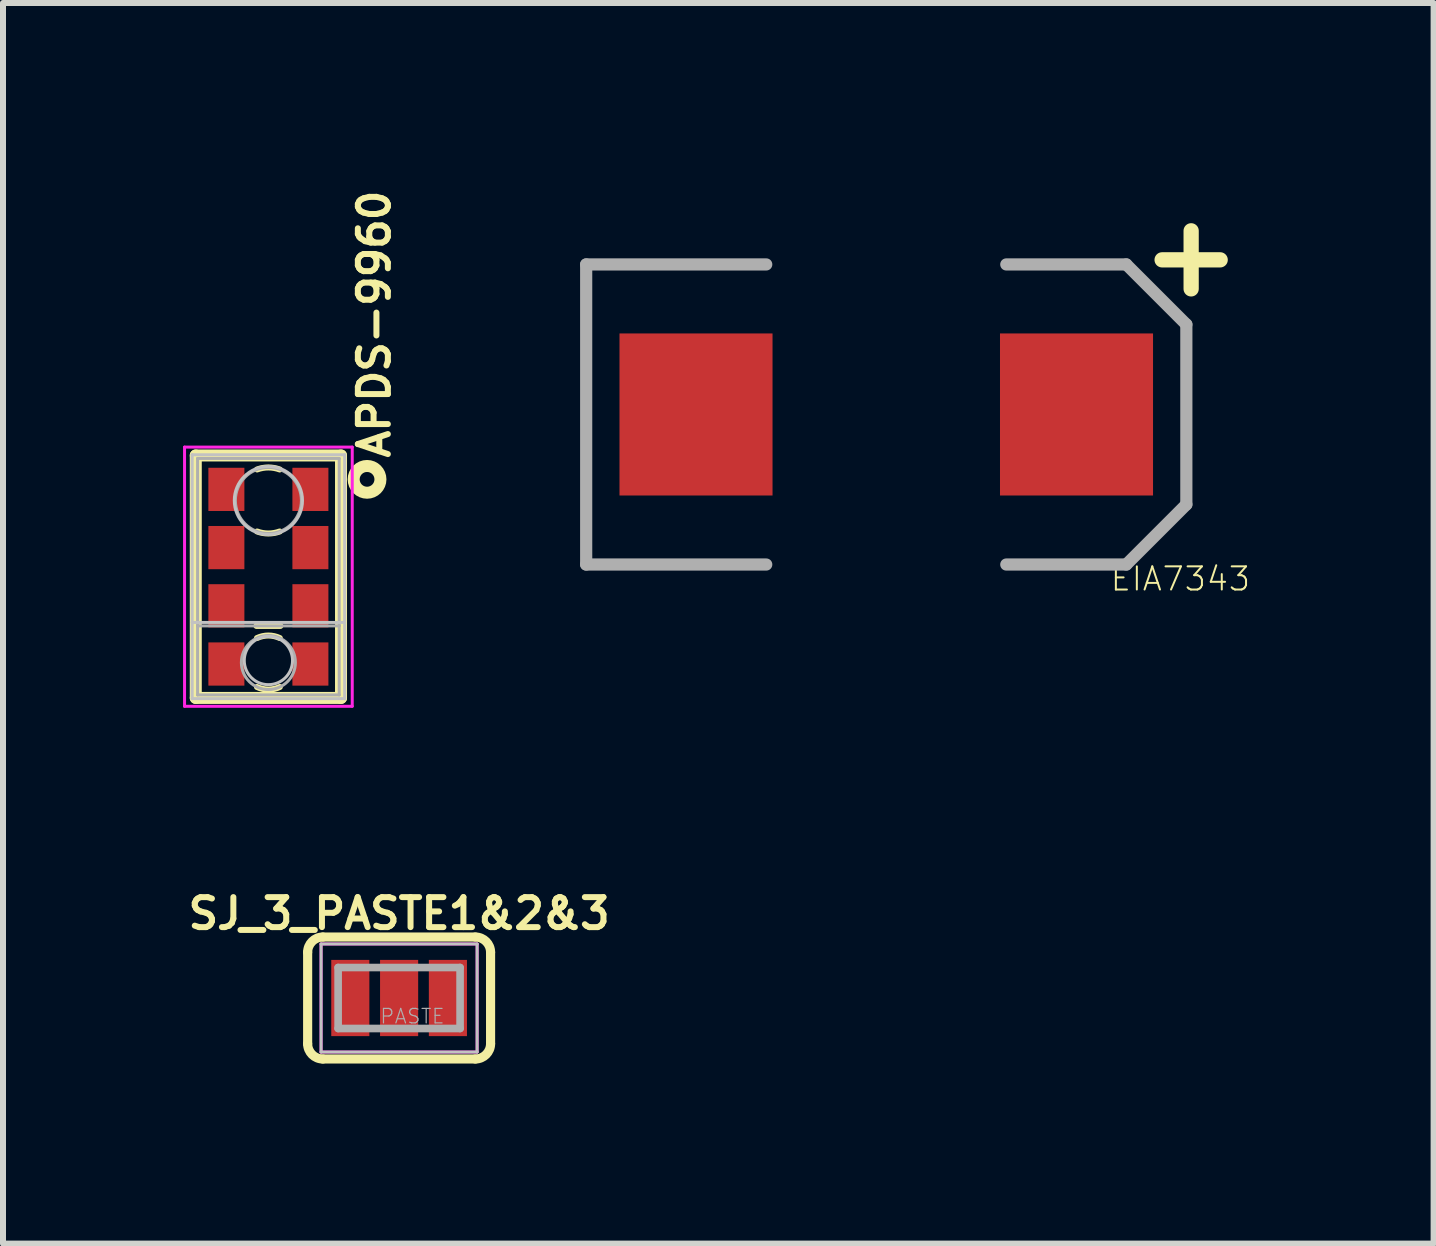
<source format=kicad_pcb>
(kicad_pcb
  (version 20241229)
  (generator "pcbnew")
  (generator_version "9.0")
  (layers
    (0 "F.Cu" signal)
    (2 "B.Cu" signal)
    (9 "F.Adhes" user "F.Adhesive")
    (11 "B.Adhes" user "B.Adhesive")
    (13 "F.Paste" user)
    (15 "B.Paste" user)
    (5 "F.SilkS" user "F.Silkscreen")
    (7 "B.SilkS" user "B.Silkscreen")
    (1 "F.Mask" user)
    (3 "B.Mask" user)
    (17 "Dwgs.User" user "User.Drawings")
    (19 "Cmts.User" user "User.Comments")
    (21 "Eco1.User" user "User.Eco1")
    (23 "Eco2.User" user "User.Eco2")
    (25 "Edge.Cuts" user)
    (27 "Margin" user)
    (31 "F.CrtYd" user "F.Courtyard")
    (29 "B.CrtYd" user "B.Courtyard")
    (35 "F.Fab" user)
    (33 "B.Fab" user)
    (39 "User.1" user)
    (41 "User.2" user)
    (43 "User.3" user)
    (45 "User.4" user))
  (footprint "SJ_3_PASTE1&2&3"
    (layer "F.Cu")
    (at 3.6 13.579)
    (property "Reference" "SJ_3_PASTE1&2&3" (at 0 -1.7 0) (layer "F.SilkS") (effects (font (size 0.5 0.5) (thickness 0.1)) (justify top)))
    (attr through_hole)
    (fp_line (start -1.524 0.762) (end -1.524 -0.762) (stroke (width 0.152) (type solid)) (layer "F.SilkS"))
    (fp_line (start -1.27 -1.016) (end 1.27 -1.016) (stroke (width 0.152) (type solid)) (layer "F.SilkS"))
    (fp_line (start 1.27 1.016) (end -1.27 1.016) (stroke (width 0.152) (type solid)) (layer "F.SilkS"))
    (fp_line (start 1.524 0.762) (end 1.524 -0.762) (stroke (width 0.152) (type solid)) (layer "F.SilkS"))
    (fp_arc (start -1.524 -0.762) (mid -1.449605 -0.941605) (end -1.27 -1.016) (stroke (width 0.1524) (type solid)) (layer "F.SilkS"))
    (fp_arc (start -1.27 1.016) (mid -1.449605 0.941605) (end -1.524 0.762) (stroke (width 0.1524) (type solid)) (layer "F.SilkS"))
    (fp_arc (start 1.27 -1.016) (mid 1.449605 -0.941605) (end 1.524 -0.762) (stroke (width 0.1524) (type solid)) (layer "F.SilkS"))
    (fp_arc (start 1.524 0.762) (mid 1.449605 0.941605) (end 1.27 1.016) (stroke (width 0.1524) (type solid)) (layer "F.SilkS"))
    (fp_poly (pts (xy -1.27 0.762) (xy 1.27 0.762) (xy 1.27 -0.762) (xy -1.27 -0.762)) (stroke (width 0) (type solid)) (fill yes) (layer "F.Paste"))
    (fp_line (start -1.3 -0.9) (end 1.3 -0.9) (stroke (width 0.05) (type solid)) (layer "Dwgs.User"))
    (fp_line (start -1.3 0.9) (end -1.3 -0.9) (stroke (width 0.05) (type solid)) (layer "Dwgs.User"))
    (fp_line (start 1.3 -0.9) (end 1.3 0.9) (stroke (width 0.05) (type solid)) (layer "Dwgs.User"))
    (fp_line (start 1.3 0.9) (end -1.3 0.9) (stroke (width 0.05) (type solid)) (layer "Dwgs.User"))
    (fp_line (start -1.3 -0.9) (end 1.3 -0.9) (stroke (width 0.05) (type solid)) (layer "F.CrtYd"))
    (fp_line (start -1.3 0.9) (end -1.3 -0.9) (stroke (width 0.05) (type solid)) (layer "F.CrtYd"))
    (fp_line (start 1.3 -0.9) (end 1.3 0.9) (stroke (width 0.05) (type solid)) (layer "F.CrtYd"))
    (fp_line (start 1.3 0.9) (end -1.3 0.9) (stroke (width 0.05) (type solid)) (layer "F.CrtYd"))
    (fp_line (start -1.016 -0.508) (end -1.016 0.508) (stroke (width 0.127) (type solid)) (layer "F.Fab"))
    (fp_line (start -1.016 0.508) (end 1.016 0.508) (stroke (width 0.127) (type solid)) (layer "F.Fab"))
    (fp_line (start 1.016 -0.508) (end -1.016 -0.508) (stroke (width 0.127) (type solid)) (layer "F.Fab"))
    (fp_line (start 1.016 0.508) (end 1.016 -0.508) (stroke (width 0.127) (type solid)) (layer "F.Fab"))
    (fp_text user "PASTE" (at -0.331 0.445 0) (layer "F.Fab") (effects (font (size 0.241 0.241) (thickness 0.02)) (justify left bottom)))
    (pad "1" smd rect (at -0.813 0) (size 0.635 1.27) (layers "F.Cu" "F.Mask"))
    (pad "2" smd rect (at 0 0) (size 0.635 1.27) (layers "F.Cu" "F.Mask"))
    (pad "3" smd rect (at 0.813 0) (size 0.635 1.27) (layers "F.Cu" "F.Mask")))
  (footprint "EIA7343"
    (layer "F.Cu")
    (at 11.717 3.856)
    (property "Reference" "EIA7343" (at 4.901 2.514 0) (layer "F.SilkS") (effects (font (size 0.386 0.386) (thickness 0.033)) (justify top)))
    (attr through_hole)
    (fp_line (start -5 -2.5) (end -5 2.5) (stroke (width 0.203) (type solid)) (layer "F.Fab"))
    (fp_line (start -5 -2.5) (end -2 -2.5) (stroke (width 0.203) (type solid)) (layer "F.Fab"))
    (fp_line (start -5 2.5) (end -2 2.5) (stroke (width 0.203) (type solid)) (layer "F.Fab"))
    (fp_line (start 2 -2.5) (end 4 -2.5) (stroke (width 0.203) (type solid)) (layer "F.Fab"))
    (fp_line (start 4 -2.5) (end 5 -1.5) (stroke (width 0.203) (type solid)) (layer "F.Fab"))
    (fp_line (start 4 2.5) (end 2 2.5) (stroke (width 0.203) (type solid)) (layer "F.Fab"))
    (fp_line (start 5 -1.5) (end 5 1.5) (stroke (width 0.203) (type solid)) (layer "F.Fab"))
    (fp_line (start 5 1.5) (end 4 2.5) (stroke (width 0.203) (type solid)) (layer "F.Fab"))
    (fp_text user "+" (at 5.08 -2.667 0) (layer "F.SilkS") (effects (font (size 1.27 1.27) (thickness 0.254))))
    (pad "1" smd rect (at 3.17 0 180) (size 2.55 2.7) (layers "F.Cu" "F.Mask" "F.Paste"))
    (pad "2" smd rect (at -3.17 0 180) (size 2.55 2.7) (layers "F.Cu" "F.Mask" "F.Paste")))
  (footprint "APDS-9960"
    (layer "F.Cu")
    (at 1.422 6.559)
    (property "Reference" "APDS-9960" (at 2.057 -1.93 90) (layer "F.SilkS") (effects (font (size 0.5 0.5) (thickness 0.1)) (justify left bottom)))
    (attr through_hole)
    (fp_line (start -1.21 -2.02) (end -1.21 2.02) (stroke (width 0.2) (type solid)) (layer "F.SilkS"))
    (fp_line (start -1.21 -2.02) (end 1.21 -2.02) (stroke (width 0.2) (type solid)) (layer "F.SilkS"))
    (fp_line (start -1.21 2.02) (end 1.21 2.02) (stroke (width 0.2) (type solid)) (layer "F.SilkS"))
    (fp_line (start -0.2 0.82) (end 0.2 0.82) (stroke (width 0.1) (type solid)) (layer "F.SilkS"))
    (fp_line (start 1.21 -2.02) (end 1.21 2.02) (stroke (width 0.2) (type solid)) (layer "F.SilkS"))
    (fp_arc (start -0.190177 1.022162) (mid 0 0.980001) (end 0.190178 1.022162) (stroke (width 0.1) (type solid)) (layer "F.SilkS"))
    (fp_arc (start -0.18811 -1.786832) (mid 0.000001 -1.820001) (end 0.188112 -1.786831) (stroke (width 0.1) (type solid)) (layer "F.SilkS"))
    (fp_arc (start 0.188109 -0.753167) (mid -0.000002 -0.719999) (end -0.188112 -0.753168) (stroke (width 0.1) (type solid)) (layer "F.SilkS"))
    (fp_arc (start 0.190178 1.837837) (mid 0 1.879998) (end -0.190178 1.837837) (stroke (width 0.1) (type solid)) (layer "F.SilkS"))
    (fp_circle (center 1.644 -1.622) (end 1.867 -1.622) (stroke (width 0.2) (type solid)) (fill no) (layer "F.SilkS"))
    (fp_line (start -1.27 -2.032) (end 1.27 -2.032) (stroke (width 0.05) (type solid)) (layer "Dwgs.User"))
    (fp_line (start -1.27 2.032) (end -1.27 -2.032) (stroke (width 0.05) (type solid)) (layer "Dwgs.User"))
    (fp_line (start 1.27 -2.032) (end 1.27 2.032) (stroke (width 0.05) (type solid)) (layer "Dwgs.User"))
    (fp_line (start 1.27 0.762) (end -1.27 0.762) (stroke (width 0.05) (type solid)) (layer "Dwgs.User"))
    (fp_line (start 1.27 2.032) (end -1.27 2.032) (stroke (width 0.05) (type solid)) (layer "Dwgs.User"))
    (fp_circle (center 0 -1.27) (end 0.568 -1.27) (stroke (width 0.05) (type solid)) (fill no) (layer "Dwgs.User"))
    (fp_circle (center 0 1.397) (end 0.402 1.397) (stroke (width 0.05) (type solid)) (fill no) (layer "Dwgs.User"))
    (fp_line (start -1.397 -2.159) (end 1.397 -2.159) (stroke (width 0.05) (type solid)) (layer "F.CrtYd"))
    (fp_line (start -1.397 2.159) (end -1.397 -2.159) (stroke (width 0.05) (type solid)) (layer "F.CrtYd"))
    (fp_line (start 1.397 -2.159) (end 1.397 2.159) (stroke (width 0.05) (type solid)) (layer "F.CrtYd"))
    (fp_line (start 1.397 2.159) (end -1.397 2.159) (stroke (width 0.05) (type solid)) (layer "F.CrtYd"))
    (fp_line (start -1.18 -1.97) (end -1.18 0.82) (stroke (width 0.05) (type solid)) (layer "F.Fab"))
    (fp_line (start -1.18 -1.97) (end 1.18 -1.97) (stroke (width 0.05) (type solid)) (layer "F.Fab"))
    (fp_line (start -1.18 0.82) (end -1.18 1.97) (stroke (width 0.05) (type solid)) (layer "F.Fab"))
    (fp_line (start -1.18 0.82) (end 1.18 0.82) (stroke (width 0.05) (type solid)) (layer "F.Fab"))
    (fp_line (start -1.18 1.97) (end 1.18 1.97) (stroke (width 0.05) (type solid)) (layer "F.Fab"))
    (fp_line (start 1.18 -1.97) (end 1.18 0.82) (stroke (width 0.05) (type solid)) (layer "F.Fab"))
    (fp_line (start 1.18 0.82) (end 1.18 1.97) (stroke (width 0.05) (type solid)) (layer "F.Fab"))
    (fp_circle (center 0 -1.27) (end 0.55 -1.27) (stroke (width 0.05) (type solid)) (fill no) (layer "F.Fab"))
    (fp_circle (center 0 1.43) (end 0.45 1.43) (stroke (width 0.05) (type solid)) (fill no) (layer "F.Fab"))
    (pad "1" smd rect (at 0.7 -1.455) (size 0.6 0.72) (layers "F.Cu" "F.Mask" "F.Paste"))
    (pad "2" smd rect (at 0.7 -0.485) (size 0.6 0.72) (layers "F.Cu" "F.Mask" "F.Paste"))
    (pad "3" smd rect (at 0.7 0.485) (size 0.6 0.72) (layers "F.Cu" "F.Mask" "F.Paste"))
    (pad "4" smd rect (at 0.7 1.455) (size 0.6 0.72) (layers "F.Cu" "F.Mask" "F.Paste"))
    (pad "5" smd rect (at -0.7 1.455) (size 0.6 0.72) (layers "F.Cu" "F.Mask" "F.Paste"))
    (pad "6" smd rect (at -0.7 0.485) (size 0.6 0.72) (layers "F.Cu" "F.Mask" "F.Paste"))
    (pad "7" smd rect (at -0.7 -0.485) (size 0.6 0.72) (layers "F.Cu" "F.Mask" "F.Paste"))
    (pad "8" smd rect (at -0.7 -1.455) (size 0.6 0.72) (layers "F.Cu" "F.Mask" "F.Paste")))
  (gr_rect
    (start -3 -3)
    (end 20.837 17.671)
    (stroke (width 0.1) (type default))
    (fill no)
    (layer "Edge.Cuts")))
</source>
